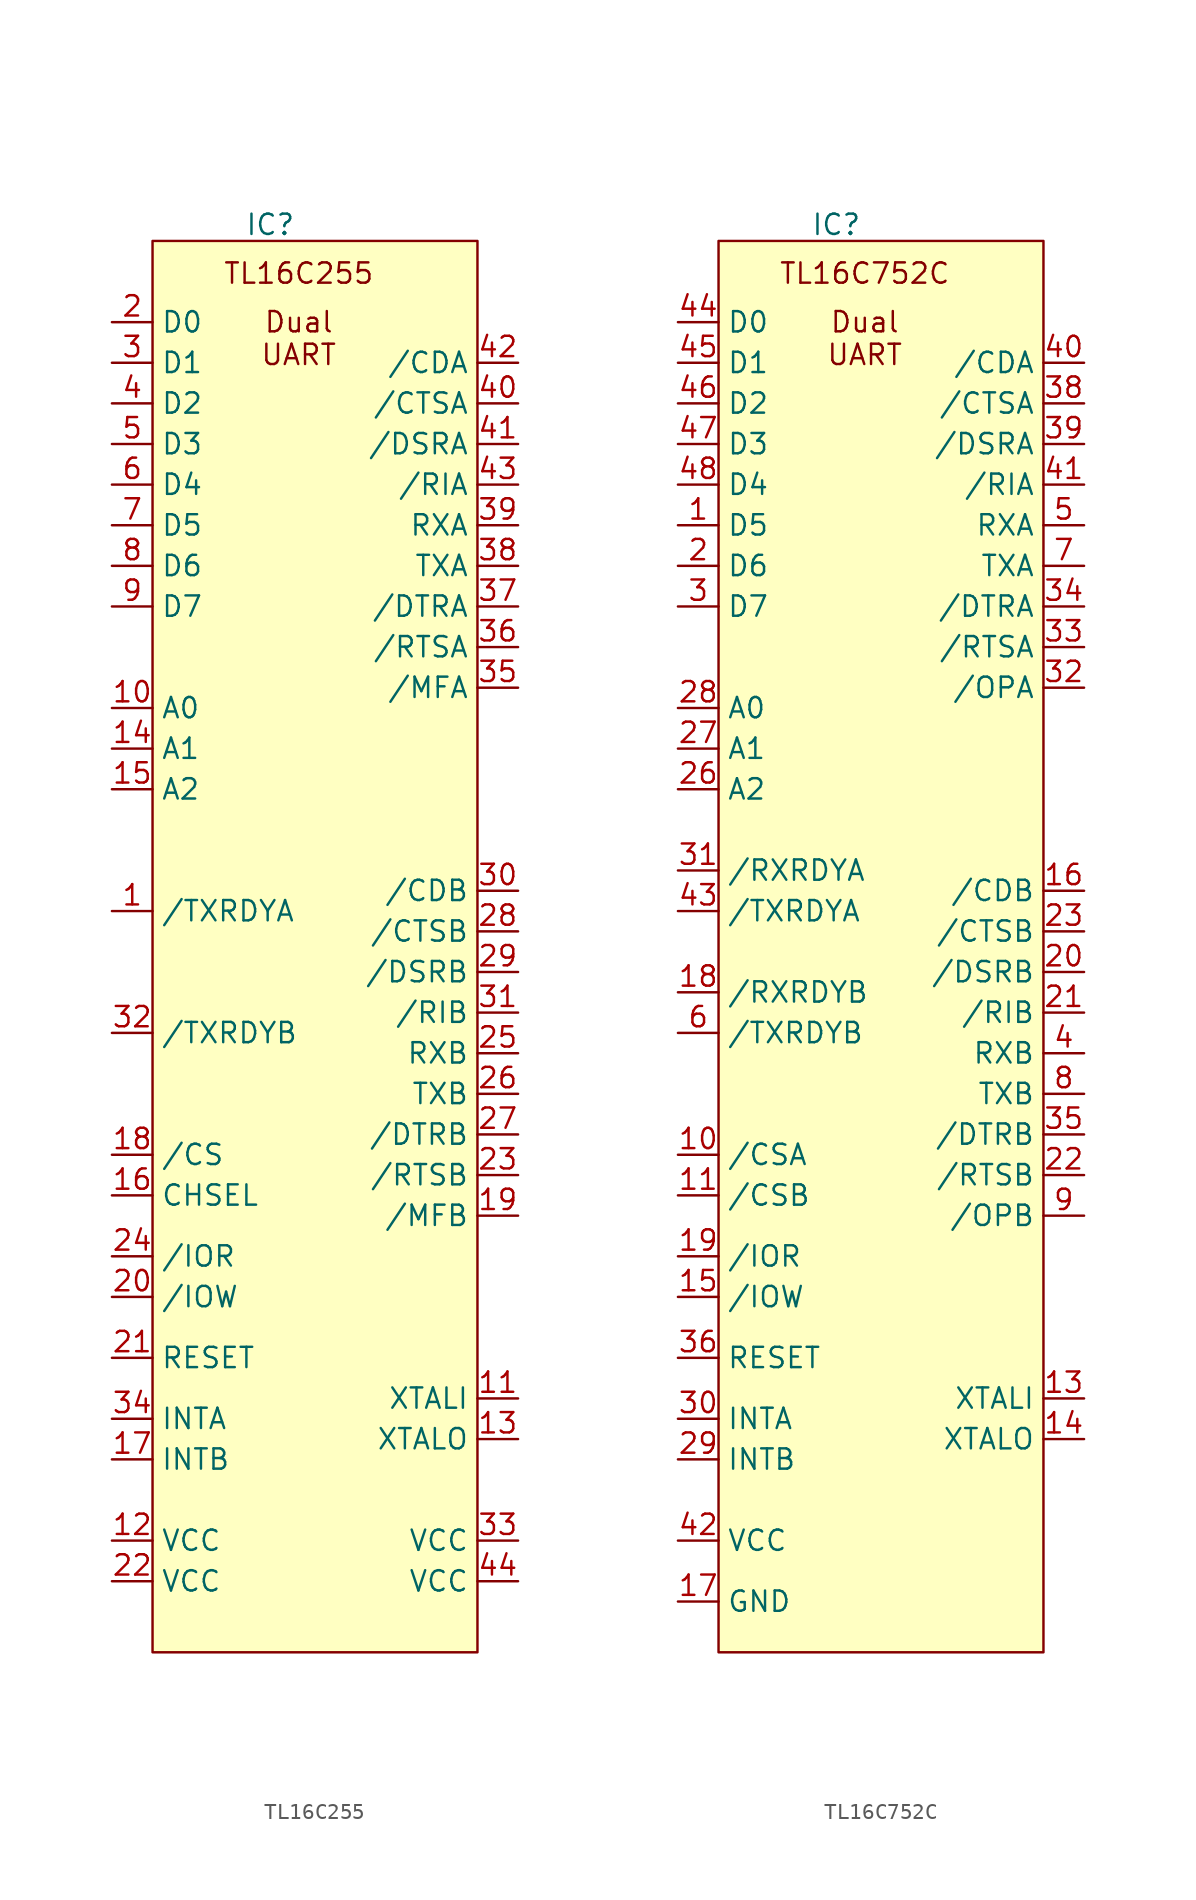
<source format=kicad_sym>
(kicad_symbol_lib
  (version 20231120)
  (generator "kicad_symbol_editor")
  (generator_version "8.0")
  (symbol "TL16C255"
    (property "Reference" "IC"
      (at -2.794 45.466 0)
      (effects (font (size 1.27 1.27))))
    (property "Value" ""
      (at -10.16 44.45 0)
      (effects (font (size 1.27 1.27))))
    (symbol "TL16C255_1_1"
      (rectangle (start -10.16 44.45) (end 10.16 -43.815) (stroke (width 0) (type default)) (fill (type background)))
      (text "Dual\nUART" (at -1.016 38.354 0) (effects (font (size 1.27 1.27))))
      (text "TL16C255" (at -1.016 42.418 0) (effects (font (size 1.27 1.27))))
      (pin output line (at -12.7 2.54 0) (length 2.54) (name "/TXRDYA" (effects (font (size 1.27 1.27)))) (number "1" (effects (font (size 1.27 1.27)))))
      (pin input line (at -12.7 15.24 0) (length 2.54) (name "A0" (effects (font (size 1.27 1.27)))) (number "10" (effects (font (size 1.27 1.27)))))
      (pin input line (at 12.7 -27.94 180) (length 2.54) (name "XTALI" (effects (font (size 1.27 1.27)))) (number "11" (effects (font (size 1.27 1.27)))))
      (pin power_in line (at -12.7 -36.83 0) (length 2.54) (name "VCC" (effects (font (size 1.27 1.27)))) (number "12" (effects (font (size 1.27 1.27)))))
      (pin output line (at 12.7 -30.48 180) (length 2.54) (name "XTALO" (effects (font (size 1.27 1.27)))) (number "13" (effects (font (size 1.27 1.27)))))
      (pin input line (at -12.7 12.7 0) (length 2.54) (name "A1" (effects (font (size 1.27 1.27)))) (number "14" (effects (font (size 1.27 1.27)))))
      (pin input line (at -12.7 10.16 0) (length 2.54) (name "A2" (effects (font (size 1.27 1.27)))) (number "15" (effects (font (size 1.27 1.27)))))
      (pin input line (at -12.7 -15.24 0) (length 2.54) (name "CHSEL" (effects (font (size 1.27 1.27)))) (number "16" (effects (font (size 1.27 1.27)))))
      (pin output line (at -12.7 -31.75 0) (length 2.54) (name "INTB" (effects (font (size 1.27 1.27)))) (number "17" (effects (font (size 1.27 1.27)))))
      (pin input line (at -12.7 -12.7 0) (length 2.54) (name "/CS" (effects (font (size 1.27 1.27)))) (number "18" (effects (font (size 1.27 1.27)))))
      (pin output line (at 12.7 -16.51 180) (length 2.54) (name "/MFB" (effects (font (size 1.27 1.27)))) (number "19" (effects (font (size 1.27 1.27)))))
      (pin bidirectional line (at -12.7 39.37 0) (length 2.54) (name "D0" (effects (font (size 1.27 1.27)))) (number "2" (effects (font (size 1.27 1.27)))))
      (pin input line (at -12.7 -21.59 0) (length 2.54) (name "/IOW" (effects (font (size 1.27 1.27)))) (number "20" (effects (font (size 1.27 1.27)))))
      (pin input line (at -12.7 -25.4 0) (length 2.54) (name "RESET" (effects (font (size 1.27 1.27)))) (number "21" (effects (font (size 1.27 1.27)))))
      (pin power_in line (at -12.7 -39.37 0) (length 2.54) (name "VCC" (effects (font (size 1.27 1.27)))) (number "22" (effects (font (size 1.27 1.27)))))
      (pin output line (at 12.7 -13.97 180) (length 2.54) (name "/RTSB" (effects (font (size 1.27 1.27)))) (number "23" (effects (font (size 1.27 1.27)))))
      (pin input line (at -12.7 -19.05 0) (length 2.54) (name "/IOR" (effects (font (size 1.27 1.27)))) (number "24" (effects (font (size 1.27 1.27)))))
      (pin input line (at 12.7 -6.35 180) (length 2.54) (name "RXB" (effects (font (size 1.27 1.27)))) (number "25" (effects (font (size 1.27 1.27)))))
      (pin output line (at 12.7 -8.89 180) (length 2.54) (name "TXB" (effects (font (size 1.27 1.27)))) (number "26" (effects (font (size 1.27 1.27)))))
      (pin output line (at 12.7 -11.43 180) (length 2.54) (name "/DTRB" (effects (font (size 1.27 1.27)))) (number "27" (effects (font (size 1.27 1.27)))))
      (pin input line (at 12.7 1.27 180) (length 2.54) (name "/CTSB" (effects (font (size 1.27 1.27)))) (number "28" (effects (font (size 1.27 1.27)))))
      (pin input line (at 12.7 -1.27 180) (length 2.54) (name "/DSRB" (effects (font (size 1.27 1.27)))) (number "29" (effects (font (size 1.27 1.27)))))
      (pin bidirectional line (at -12.7 36.83 0) (length 2.54) (name "D1" (effects (font (size 1.27 1.27)))) (number "3" (effects (font (size 1.27 1.27)))))
      (pin input line (at 12.7 3.81 180) (length 2.54) (name "/CDB" (effects (font (size 1.27 1.27)))) (number "30" (effects (font (size 1.27 1.27)))))
      (pin input line (at 12.7 -3.81 180) (length 2.54) (name "/RIB" (effects (font (size 1.27 1.27)))) (number "31" (effects (font (size 1.27 1.27)))))
      (pin output line (at -12.7 -5.08 0) (length 2.54) (name "/TXRDYB" (effects (font (size 1.27 1.27)))) (number "32" (effects (font (size 1.27 1.27)))))
      (pin power_in line (at 12.7 -36.83 180) (length 2.54) (name "VCC" (effects (font (size 1.27 1.27)))) (number "33" (effects (font (size 1.27 1.27)))))
      (pin output line (at -12.7 -29.21 0) (length 2.54) (name "INTA" (effects (font (size 1.27 1.27)))) (number "34" (effects (font (size 1.27 1.27)))))
      (pin output line (at 12.7 16.51 180) (length 2.54) (name "/MFA" (effects (font (size 1.27 1.27)))) (number "35" (effects (font (size 1.27 1.27)))))
      (pin output line (at 12.7 19.05 180) (length 2.54) (name "/RTSA" (effects (font (size 1.27 1.27)))) (number "36" (effects (font (size 1.27 1.27)))))
      (pin output line (at 12.7 21.59 180) (length 2.54) (name "/DTRA" (effects (font (size 1.27 1.27)))) (number "37" (effects (font (size 1.27 1.27)))))
      (pin output line (at 12.7 24.13 180) (length 2.54) (name "TXA" (effects (font (size 1.27 1.27)))) (number "38" (effects (font (size 1.27 1.27)))))
      (pin input line (at 12.7 26.67 180) (length 2.54) (name "RXA" (effects (font (size 1.27 1.27)))) (number "39" (effects (font (size 1.27 1.27)))))
      (pin bidirectional line (at -12.7 34.29 0) (length 2.54) (name "D2" (effects (font (size 1.27 1.27)))) (number "4" (effects (font (size 1.27 1.27)))))
      (pin input line (at 12.7 34.29 180) (length 2.54) (name "/CTSA" (effects (font (size 1.27 1.27)))) (number "40" (effects (font (size 1.27 1.27)))))
      (pin input line (at 12.7 31.75 180) (length 2.54) (name "/DSRA" (effects (font (size 1.27 1.27)))) (number "41" (effects (font (size 1.27 1.27)))))
      (pin input line (at 12.7 36.83 180) (length 2.54) (name "/CDA" (effects (font (size 1.27 1.27)))) (number "42" (effects (font (size 1.27 1.27)))))
      (pin input line (at 12.7 29.21 180) (length 2.54) (name "/RIA" (effects (font (size 1.27 1.27)))) (number "43" (effects (font (size 1.27 1.27)))))
      (pin power_in line (at 12.7 -39.37 180) (length 2.54) (name "VCC" (effects (font (size 1.27 1.27)))) (number "44" (effects (font (size 1.27 1.27)))))
      (pin bidirectional line (at -12.7 31.75 0) (length 2.54) (name "D3" (effects (font (size 1.27 1.27)))) (number "5" (effects (font (size 1.27 1.27)))))
      (pin bidirectional line (at -12.7 29.21 0) (length 2.54) (name "D4" (effects (font (size 1.27 1.27)))) (number "6" (effects (font (size 1.27 1.27)))))
      (pin bidirectional line (at -12.7 26.67 0) (length 2.54) (name "D5" (effects (font (size 1.27 1.27)))) (number "7" (effects (font (size 1.27 1.27)))))
      (pin bidirectional line (at -12.7 24.13 0) (length 2.54) (name "D6" (effects (font (size 1.27 1.27)))) (number "8" (effects (font (size 1.27 1.27)))))
      (pin bidirectional line (at -12.7 21.59 0) (length 2.54) (name "D7" (effects (font (size 1.27 1.27)))) (number "9" (effects (font (size 1.27 1.27)))))))
  (symbol "TL16C752C"
    (property "Reference" "IC"
      (at -2.794 45.466 0)
      (effects (font (size 1.27 1.27))))
    (property "Value" ""
      (at -10.16 44.45 0)
      (effects (font (size 1.27 1.27))))
    (symbol "TL16C752C_1_1"
      (rectangle (start -10.16 44.45) (end 10.16 -43.815) (stroke (width 0) (type default)) (fill (type background)))
      (text "Dual\nUART" (at -1.016 38.354 0) (effects (font (size 1.27 1.27))))
      (text "TL16C752C" (at -1.016 42.418 0) (effects (font (size 1.27 1.27))))
      (pin bidirectional line (at -12.7 26.67 0) (length 2.54) (name "D5" (effects (font (size 1.27 1.27)))) (number "1" (effects (font (size 1.27 1.27)))))
      (pin input line (at -12.7 -12.7 0) (length 2.54) (name "/CSA" (effects (font (size 1.27 1.27)))) (number "10" (effects (font (size 1.27 1.27)))))
      (pin input line (at -12.7 -15.24 0) (length 2.54) (name "/CSB" (effects (font (size 1.27 1.27)))) (number "11" (effects (font (size 1.27 1.27)))))
      (pin input line (at 12.7 -27.94 180) (length 2.54) (name "XTALI" (effects (font (size 1.27 1.27)))) (number "13" (effects (font (size 1.27 1.27)))))
      (pin output line (at 12.7 -30.48 180) (length 2.54) (name "XTALO" (effects (font (size 1.27 1.27)))) (number "14" (effects (font (size 1.27 1.27)))))
      (pin input line (at -12.7 -21.59 0) (length 2.54) (name "/IOW" (effects (font (size 1.27 1.27)))) (number "15" (effects (font (size 1.27 1.27)))))
      (pin input line (at 12.7 3.81 180) (length 2.54) (name "/CDB" (effects (font (size 1.27 1.27)))) (number "16" (effects (font (size 1.27 1.27)))))
      (pin power_in line (at -12.7 -40.64 0) (length 2.54) (name "GND" (effects (font (size 1.27 1.27)))) (number "17" (effects (font (size 1.27 1.27)))))
      (pin output line (at -12.7 -2.54 0) (length 2.54) (name "/RXRDYB" (effects (font (size 1.27 1.27)))) (number "18" (effects (font (size 1.27 1.27)))))
      (pin input line (at -12.7 -19.05 0) (length 2.54) (name "/IOR" (effects (font (size 1.27 1.27)))) (number "19" (effects (font (size 1.27 1.27)))))
      (pin bidirectional line (at -12.7 24.13 0) (length 2.54) (name "D6" (effects (font (size 1.27 1.27)))) (number "2" (effects (font (size 1.27 1.27)))))
      (pin input line (at 12.7 -1.27 180) (length 2.54) (name "/DSRB" (effects (font (size 1.27 1.27)))) (number "20" (effects (font (size 1.27 1.27)))))
      (pin input line (at 12.7 -3.81 180) (length 2.54) (name "/RIB" (effects (font (size 1.27 1.27)))) (number "21" (effects (font (size 1.27 1.27)))))
      (pin output line (at 12.7 -13.97 180) (length 2.54) (name "/RTSB" (effects (font (size 1.27 1.27)))) (number "22" (effects (font (size 1.27 1.27)))))
      (pin input line (at 12.7 1.27 180) (length 2.54) (name "/CTSB" (effects (font (size 1.27 1.27)))) (number "23" (effects (font (size 1.27 1.27)))))
      (pin input line (at -12.7 10.16 0) (length 2.54) (name "A2" (effects (font (size 1.27 1.27)))) (number "26" (effects (font (size 1.27 1.27)))))
      (pin input line (at -12.7 12.7 0) (length 2.54) (name "A1" (effects (font (size 1.27 1.27)))) (number "27" (effects (font (size 1.27 1.27)))))
      (pin input line (at -12.7 15.24 0) (length 2.54) (name "A0" (effects (font (size 1.27 1.27)))) (number "28" (effects (font (size 1.27 1.27)))))
      (pin output line (at -12.7 -31.75 0) (length 2.54) (name "INTB" (effects (font (size 1.27 1.27)))) (number "29" (effects (font (size 1.27 1.27)))))
      (pin bidirectional line (at -12.7 21.59 0) (length 2.54) (name "D7" (effects (font (size 1.27 1.27)))) (number "3" (effects (font (size 1.27 1.27)))))
      (pin output line (at -12.7 -29.21 0) (length 2.54) (name "INTA" (effects (font (size 1.27 1.27)))) (number "30" (effects (font (size 1.27 1.27)))))
      (pin output line (at -12.7 5.08 0) (length 2.54) (name "/RXRDYA" (effects (font (size 1.27 1.27)))) (number "31" (effects (font (size 1.27 1.27)))))
      (pin output line (at 12.7 16.51 180) (length 2.54) (name "/OPA" (effects (font (size 1.27 1.27)))) (number "32" (effects (font (size 1.27 1.27)))))
      (pin output line (at 12.7 19.05 180) (length 2.54) (name "/RTSA" (effects (font (size 1.27 1.27)))) (number "33" (effects (font (size 1.27 1.27)))))
      (pin output line (at 12.7 21.59 180) (length 2.54) (name "/DTRA" (effects (font (size 1.27 1.27)))) (number "34" (effects (font (size 1.27 1.27)))))
      (pin output line (at 12.7 -11.43 180) (length 2.54) (name "/DTRB" (effects (font (size 1.27 1.27)))) (number "35" (effects (font (size 1.27 1.27)))))
      (pin input line (at -12.7 -25.4 0) (length 2.54) (name "RESET" (effects (font (size 1.27 1.27)))) (number "36" (effects (font (size 1.27 1.27)))))
      (pin input line (at 12.7 34.29 180) (length 2.54) (name "/CTSA" (effects (font (size 1.27 1.27)))) (number "38" (effects (font (size 1.27 1.27)))))
      (pin input line (at 12.7 31.75 180) (length 2.54) (name "/DSRA" (effects (font (size 1.27 1.27)))) (number "39" (effects (font (size 1.27 1.27)))))
      (pin input line (at 12.7 -6.35 180) (length 2.54) (name "RXB" (effects (font (size 1.27 1.27)))) (number "4" (effects (font (size 1.27 1.27)))))
      (pin input line (at 12.7 36.83 180) (length 2.54) (name "/CDA" (effects (font (size 1.27 1.27)))) (number "40" (effects (font (size 1.27 1.27)))))
      (pin input line (at 12.7 29.21 180) (length 2.54) (name "/RIA" (effects (font (size 1.27 1.27)))) (number "41" (effects (font (size 1.27 1.27)))))
      (pin power_in line (at -12.7 -36.83 0) (length 2.54) (name "VCC" (effects (font (size 1.27 1.27)))) (number "42" (effects (font (size 1.27 1.27)))))
      (pin output line (at -12.7 2.54 0) (length 2.54) (name "/TXRDYA" (effects (font (size 1.27 1.27)))) (number "43" (effects (font (size 1.27 1.27)))))
      (pin bidirectional line (at -12.7 39.37 0) (length 2.54) (name "D0" (effects (font (size 1.27 1.27)))) (number "44" (effects (font (size 1.27 1.27)))))
      (pin bidirectional line (at -12.7 36.83 0) (length 2.54) (name "D1" (effects (font (size 1.27 1.27)))) (number "45" (effects (font (size 1.27 1.27)))))
      (pin bidirectional line (at -12.7 34.29 0) (length 2.54) (name "D2" (effects (font (size 1.27 1.27)))) (number "46" (effects (font (size 1.27 1.27)))))
      (pin bidirectional line (at -12.7 31.75 0) (length 2.54) (name "D3" (effects (font (size 1.27 1.27)))) (number "47" (effects (font (size 1.27 1.27)))))
      (pin bidirectional line (at -12.7 29.21 0) (length 2.54) (name "D4" (effects (font (size 1.27 1.27)))) (number "48" (effects (font (size 1.27 1.27)))))
      (pin input line (at 12.7 26.67 180) (length 2.54) (name "RXA" (effects (font (size 1.27 1.27)))) (number "5" (effects (font (size 1.27 1.27)))))
      (pin output line (at -12.7 -5.08 0) (length 2.54) (name "/TXRDYB" (effects (font (size 1.27 1.27)))) (number "6" (effects (font (size 1.27 1.27)))))
      (pin output line (at 12.7 24.13 180) (length 2.54) (name "TXA" (effects (font (size 1.27 1.27)))) (number "7" (effects (font (size 1.27 1.27)))))
      (pin output line (at 12.7 -8.89 180) (length 2.54) (name "TXB" (effects (font (size 1.27 1.27)))) (number "8" (effects (font (size 1.27 1.27)))))
      (pin output line (at 12.7 -16.51 180) (length 2.54) (name "/OPB" (effects (font (size 1.27 1.27)))) (number "9" (effects (font (size 1.27 1.27))))))))
</source>
